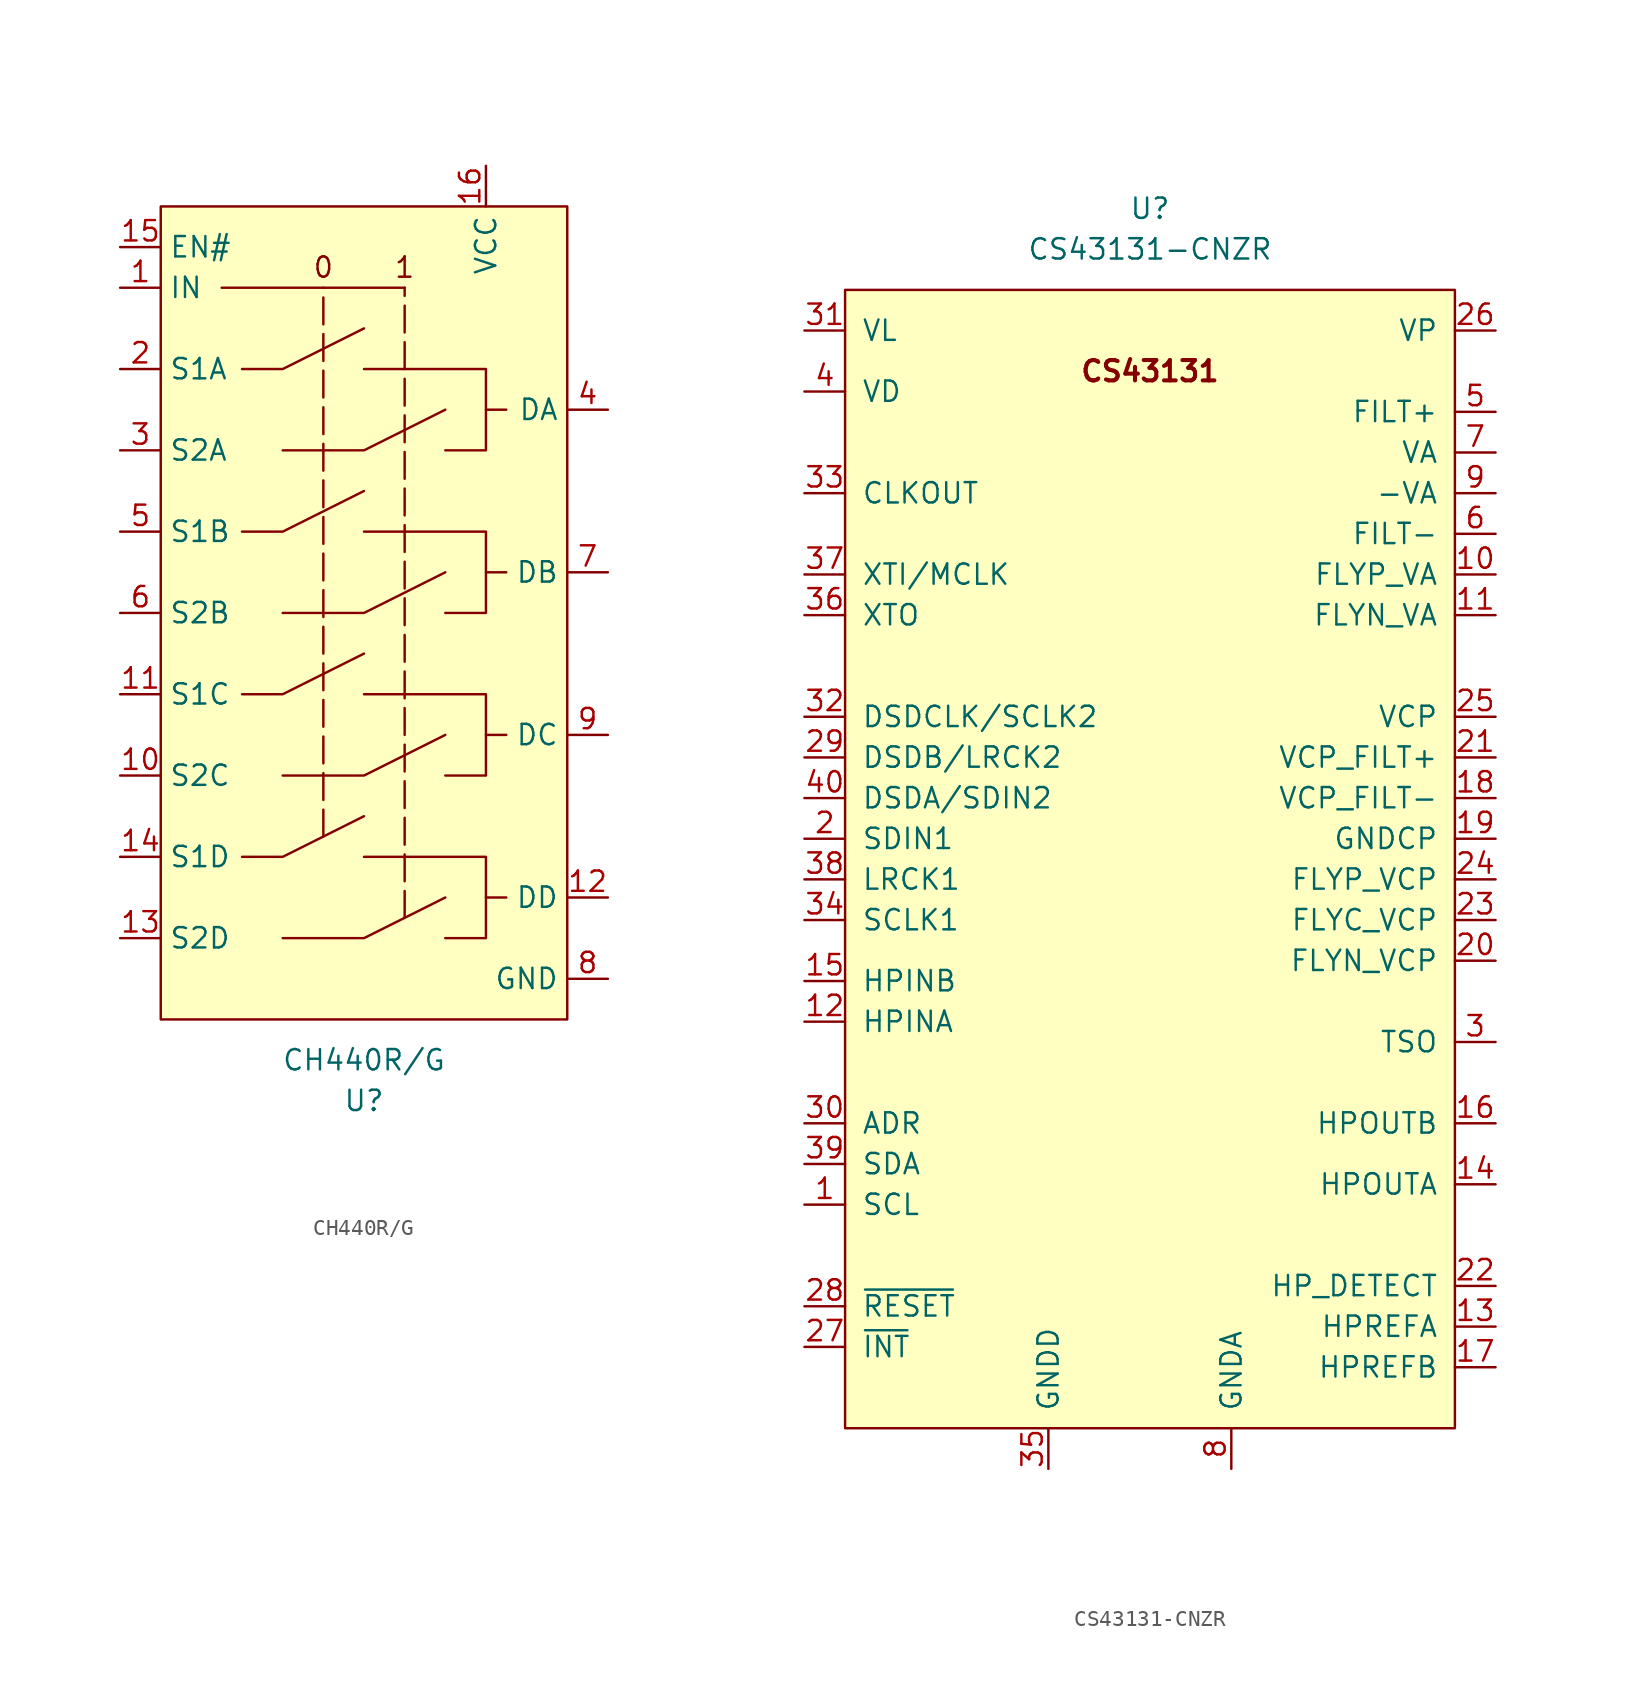
<source format=kicad_sym>
(kicad_symbol_lib
  (version 20220914)
  (generator kicad_symbol_editor)
  (symbol "CH440R/G"
    (property "Reference" "U"
      (at 0 -30.48 0)
      (effects (font (size 1.27 1.27))))
    (property "Value" "CH440R/G"
      (at 0 -27.94 0)
      (effects (font (size 1.27 1.27))))
    (symbol "CH440R/G_0_1"
      (polyline (pts (xy -5.08 -20.32) (xy 0 -20.32) (xy 5.08 -17.78)) (stroke (width 0) (type default)) (fill (type none)))
      (polyline (pts (xy -5.08 -10.16) (xy 0 -10.16) (xy 5.08 -7.62)) (stroke (width 0) (type default)) (fill (type none)))
      (polyline (pts (xy -5.08 0) (xy 0 0) (xy 5.08 2.54)) (stroke (width 0) (type default)) (fill (type none)))
      (polyline (pts (xy -5.08 10.16) (xy 0 10.16) (xy 5.08 12.7)) (stroke (width 0) (type default)) (fill (type none)))
      (polyline (pts (xy 0 -12.7) (xy -5.08 -15.24) (xy -7.62 -15.24)) (stroke (width 0) (type default)) (fill (type none)))
      (polyline (pts (xy 0 -2.54) (xy -5.08 -5.08) (xy -7.62 -5.08)) (stroke (width 0) (type default)) (fill (type none)))
      (polyline (pts (xy 0 7.62) (xy -5.08 5.08) (xy -7.62 5.08)) (stroke (width 0) (type default)) (fill (type none)))
      (polyline (pts (xy 0 17.78) (xy -5.08 15.24) (xy -7.62 15.24)) (stroke (width 0) (type default)) (fill (type none)))
      (polyline (pts (xy 5.08 -20.32) (xy 7.62 -20.32) (xy 7.62 -15.24) (xy 0 -15.24)) (stroke (width 0) (type default)) (fill (type none)))
      (polyline (pts (xy 5.08 -10.16) (xy 7.62 -10.16) (xy 7.62 -5.08) (xy 0 -5.08)) (stroke (width 0) (type default)) (fill (type none)))
      (polyline (pts (xy 5.08 0) (xy 7.62 0) (xy 7.62 5.08) (xy 0 5.08)) (stroke (width 0) (type default)) (fill (type none)))
      (polyline (pts (xy 5.08 10.16) (xy 7.62 10.16) (xy 7.62 15.24) (xy 0 15.24)) (stroke (width 0) (type default)) (fill (type none))))
    (symbol "CH440R/G_1_1"
      (rectangle (start -12.7 25.4) (end 12.7 -25.4) (stroke (width 0) (type default)) (fill (type background)))
      (polyline (pts (xy -8.89 20.32) (xy 2.54 20.32)) (stroke (width 0) (type solid)) (fill (type none)))
      (polyline (pts (xy -2.54 -13.97) (xy -2.54 20.32)) (stroke (width 0) (type dash)) (fill (type none)))
      (polyline (pts (xy 2.54 -19.05) (xy 2.54 20.32)) (stroke (width 0) (type dash)) (fill (type none)))
      (polyline (pts (xy 8.89 -17.78) (xy 7.62 -17.78)) (stroke (width 0) (type default)) (fill (type none)))
      (polyline (pts (xy 8.89 -7.62) (xy 7.62 -7.62)) (stroke (width 0) (type default)) (fill (type none)))
      (polyline (pts (xy 8.89 2.54) (xy 7.62 2.54)) (stroke (width 0) (type default)) (fill (type none)))
      (polyline (pts (xy 8.89 12.7) (xy 7.62 12.7)) (stroke (width 0) (type default)) (fill (type none)))
      (text "0" (at -2.54 21.59 0) (effects (font (size 1.27 1.27))))
      (text "1" (at 2.54 21.59 0) (effects (font (size 1.27 1.27))))
      (pin input line (at -15.24 20.32 0) (length 2.54) (name "IN" (effects (font (size 1.27 1.27)))) (number "1" (effects (font (size 1.27 1.27)))))
      (pin bidirectional line (at -15.24 -10.16 0) (length 2.54) (name "S2C" (effects (font (size 1.27 1.27)))) (number "10" (effects (font (size 1.27 1.27)))))
      (pin bidirectional line (at -15.24 -5.08 0) (length 2.54) (name "S1C" (effects (font (size 1.27 1.27)))) (number "11" (effects (font (size 1.27 1.27)))))
      (pin bidirectional line (at 15.24 -17.78 180) (length 2.54) (name "DD" (effects (font (size 1.27 1.27)))) (number "12" (effects (font (size 1.27 1.27)))))
      (pin bidirectional line (at -15.24 -20.32 0) (length 2.54) (name "S2D" (effects (font (size 1.27 1.27)))) (number "13" (effects (font (size 1.27 1.27)))))
      (pin bidirectional line (at -15.24 -15.24 0) (length 2.54) (name "S1D" (effects (font (size 1.27 1.27)))) (number "14" (effects (font (size 1.27 1.27)))))
      (pin input line (at -15.24 22.86 0) (length 2.54) (name "EN#" (effects (font (size 1.27 1.27)))) (number "15" (effects (font (size 1.27 1.27)))))
      (pin power_in line (at 7.62 27.94 270) (length 2.54) (name "VCC" (effects (font (size 1.27 1.27)))) (number "16" (effects (font (size 1.27 1.27)))))
      (pin bidirectional line (at -15.24 15.24 0) (length 2.54) (name "S1A" (effects (font (size 1.27 1.27)))) (number "2" (effects (font (size 1.27 1.27)))))
      (pin bidirectional line (at -15.24 10.16 0) (length 2.54) (name "S2A" (effects (font (size 1.27 1.27)))) (number "3" (effects (font (size 1.27 1.27)))))
      (pin bidirectional line (at 15.24 12.7 180) (length 2.54) (name "DA" (effects (font (size 1.27 1.27)))) (number "4" (effects (font (size 1.27 1.27)))))
      (pin bidirectional line (at -15.24 5.08 0) (length 2.54) (name "S1B" (effects (font (size 1.27 1.27)))) (number "5" (effects (font (size 1.27 1.27)))))
      (pin bidirectional line (at -15.24 0 0) (length 2.54) (name "S2B" (effects (font (size 1.27 1.27)))) (number "6" (effects (font (size 1.27 1.27)))))
      (pin bidirectional line (at 15.24 2.54 180) (length 2.54) (name "DB" (effects (font (size 1.27 1.27)))) (number "7" (effects (font (size 1.27 1.27)))))
      (pin power_in line (at 15.24 -22.86 180) (length 2.54) (name "GND" (effects (font (size 1.27 1.27)))) (number "8" (effects (font (size 1.27 1.27)))))
      (pin bidirectional line (at 15.24 -7.62 180) (length 2.54) (name "DC" (effects (font (size 1.27 1.27)))) (number "9" (effects (font (size 1.27 1.27)))))))
  (symbol "CS43131-CNZR"
    (pin_names
      (offset 1.016))
    (property "Reference" "U"
      (at 0 40.64 0)
      (effects (font (size 1.27 1.27))))
    (property "Value" "CS43131-CNZR"
      (at 0 38.1 0)
      (effects (font (size 1.27 1.27))))
    (symbol "CS43131-CNZR_0_0"
      (rectangle (start -19.05 35.56) (end 19.05 -35.56) (stroke (width 0) (type default)) (fill (type background)))
      (text "CS43131" (at 0 30.48 0) (effects (font (size 1.27 1.27) bold)))
      (pin input line (at 21.59 -29.21 180) (length 2.54) (name "HPREFA" (effects (font (size 1.27 1.27)))) (number "13" (effects (font (size 1.27 1.27)))))
      (pin output line (at 21.59 -20.32 180) (length 2.54) (name "HPOUTA" (effects (font (size 1.27 1.27)))) (number "14" (effects (font (size 1.27 1.27)))))
      (pin input line (at -21.59 -7.62 0) (length 2.54) (name "HPINB" (effects (font (size 1.27 1.27)))) (number "15" (effects (font (size 1.27 1.27)))))
      (pin output line (at 21.59 -16.51 180) (length 2.54) (name "HPOUTB" (effects (font (size 1.27 1.27)))) (number "16" (effects (font (size 1.27 1.27)))))
      (pin input line (at 21.59 -31.75 180) (length 2.54) (name "HPREFB" (effects (font (size 1.27 1.27)))) (number "17" (effects (font (size 1.27 1.27)))))
      (pin output line (at 21.59 3.81 180) (length 2.54) (name "VCP_FILT-" (effects (font (size 1.27 1.27)))) (number "18" (effects (font (size 1.27 1.27)))))
      (pin input line (at 21.59 1.27 180) (length 2.54) (name "GNDCP" (effects (font (size 1.27 1.27)))) (number "19" (effects (font (size 1.27 1.27)))))
      (pin output line (at 21.59 -6.35 180) (length 2.54) (name "FLYN_VCP" (effects (font (size 1.27 1.27)))) (number "20" (effects (font (size 1.27 1.27)))))
      (pin output line (at 21.59 6.35 180) (length 2.54) (name "VCP_FILT+" (effects (font (size 1.27 1.27)))) (number "21" (effects (font (size 1.27 1.27)))))
      (pin input line (at 21.59 -26.67 180) (length 2.54) (name "HP_DETECT" (effects (font (size 1.27 1.27)))) (number "22" (effects (font (size 1.27 1.27)))))
      (pin output line (at 21.59 -3.81 180) (length 2.54) (name "FLYC_VCP" (effects (font (size 1.27 1.27)))) (number "23" (effects (font (size 1.27 1.27)))))
      (pin output line (at 21.59 -1.27 180) (length 2.54) (name "FLYP_VCP" (effects (font (size 1.27 1.27)))) (number "24" (effects (font (size 1.27 1.27)))))
      (pin input line (at 21.59 8.89 180) (length 2.54) (name "VCP" (effects (font (size 1.27 1.27)))) (number "25" (effects (font (size 1.27 1.27)))))
      (pin input line (at 21.59 33.02 180) (length 2.54) (name "VP" (effects (font (size 1.27 1.27)))) (number "26" (effects (font (size 1.27 1.27)))))
      (pin output line (at -21.59 -30.48 0) (length 2.54) (name "~{INT}" (effects (font (size 1.27 1.27)))) (number "27" (effects (font (size 1.27 1.27)))))
      (pin input line (at -21.59 -27.94 0) (length 2.54) (name "~{RESET}" (effects (font (size 1.27 1.27)))) (number "28" (effects (font (size 1.27 1.27)))))
      (pin bidirectional line (at -21.59 6.35 0) (length 2.54) (name "DSDB/LRCK2" (effects (font (size 1.27 1.27)))) (number "29" (effects (font (size 1.27 1.27)))))
      (pin input line (at -21.59 -16.51 0) (length 2.54) (name "ADR" (effects (font (size 1.27 1.27)))) (number "30" (effects (font (size 1.27 1.27))))))
    (symbol "CS43131-CNZR_1_1"
      (pin input line (at -21.59 -21.59 0) (length 2.54) (name "SCL" (effects (font (size 1.27 1.27)))) (number "1" (effects (font (size 1.27 1.27)))))
      (pin output line (at 21.59 17.78 180) (length 2.54) (name "FLYP_VA" (effects (font (size 1.27 1.27)))) (number "10" (effects (font (size 1.27 1.27)))))
      (pin output line (at 21.59 15.24 180) (length 2.54) (name "FLYN_VA" (effects (font (size 1.27 1.27)))) (number "11" (effects (font (size 1.27 1.27)))))
      (pin input line (at -21.59 -10.16 0) (length 2.54) (name "HPINA" (effects (font (size 1.27 1.27)))) (number "12" (effects (font (size 1.27 1.27)))))
      (pin input line (at -21.59 1.27 0) (length 2.54) (name "SDIN1" (effects (font (size 1.27 1.27)))) (number "2" (effects (font (size 1.27 1.27)))))
      (pin bidirectional line (at 21.59 -11.43 180) (length 2.54) (name "TSO" (effects (font (size 1.27 1.27)))) (number "3" (effects (font (size 1.27 1.27)))))
      (pin input line (at -21.59 33.02 0) (length 2.54) (name "VL" (effects (font (size 1.27 1.27)))) (number "31" (effects (font (size 1.27 1.27)))))
      (pin bidirectional line (at -21.59 8.89 0) (length 2.54) (name "DSDCLK/SCLK2" (effects (font (size 1.27 1.27)))) (number "32" (effects (font (size 1.27 1.27)))))
      (pin output line (at -21.59 22.86 0) (length 2.54) (name "CLKOUT" (effects (font (size 1.27 1.27)))) (number "33" (effects (font (size 1.27 1.27)))))
      (pin bidirectional line (at -21.59 -3.81 0) (length 2.54) (name "SCLK1" (effects (font (size 1.27 1.27)))) (number "34" (effects (font (size 1.27 1.27)))))
      (pin input line (at -6.35 -38.1 90) (length 2.54) (name "GNDD" (effects (font (size 1.27 1.27)))) (number "35" (effects (font (size 1.27 1.27)))))
      (pin passive line (at -21.59 15.24 0) (length 2.54) (name "XTO" (effects (font (size 1.27 1.27)))) (number "36" (effects (font (size 1.27 1.27)))))
      (pin input line (at -21.59 17.78 0) (length 2.54) (name "XTI/MCLK" (effects (font (size 1.27 1.27)))) (number "37" (effects (font (size 1.27 1.27)))))
      (pin bidirectional line (at -21.59 -1.27 0) (length 2.54) (name "LRCK1" (effects (font (size 1.27 1.27)))) (number "38" (effects (font (size 1.27 1.27)))))
      (pin bidirectional line (at -21.59 -19.05 0) (length 2.54) (name "SDA" (effects (font (size 1.27 1.27)))) (number "39" (effects (font (size 1.27 1.27)))))
      (pin input line (at -21.59 29.21 0) (length 2.54) (name "VD" (effects (font (size 1.27 1.27)))) (number "4" (effects (font (size 1.27 1.27)))))
      (pin input line (at -21.59 3.81 0) (length 2.54) (name "DSDA/SDIN2" (effects (font (size 1.27 1.27)))) (number "40" (effects (font (size 1.27 1.27)))))
      (pin input line (at 5.08 -38.1 90) (length 2.54) hide (name "EXP_PAD" (effects (font (size 1.27 1.27)))) (number "41" (effects (font (size 1.27 1.27)))))
      (pin output line (at 21.59 27.94 180) (length 2.54) (name "FILT+" (effects (font (size 1.27 1.27)))) (number "5" (effects (font (size 1.27 1.27)))))
      (pin output line (at 21.59 20.32 180) (length 2.54) (name "FILT-" (effects (font (size 1.27 1.27)))) (number "6" (effects (font (size 1.27 1.27)))))
      (pin input line (at 21.59 25.4 180) (length 2.54) (name "VA" (effects (font (size 1.27 1.27)))) (number "7" (effects (font (size 1.27 1.27)))))
      (pin input line (at 5.08 -38.1 90) (length 2.54) (name "GNDA" (effects (font (size 1.27 1.27)))) (number "8" (effects (font (size 1.27 1.27)))))
      (pin output line (at 21.59 22.86 180) (length 2.54) (name "-VA" (effects (font (size 1.27 1.27)))) (number "9" (effects (font (size 1.27 1.27))))))))
</source>
